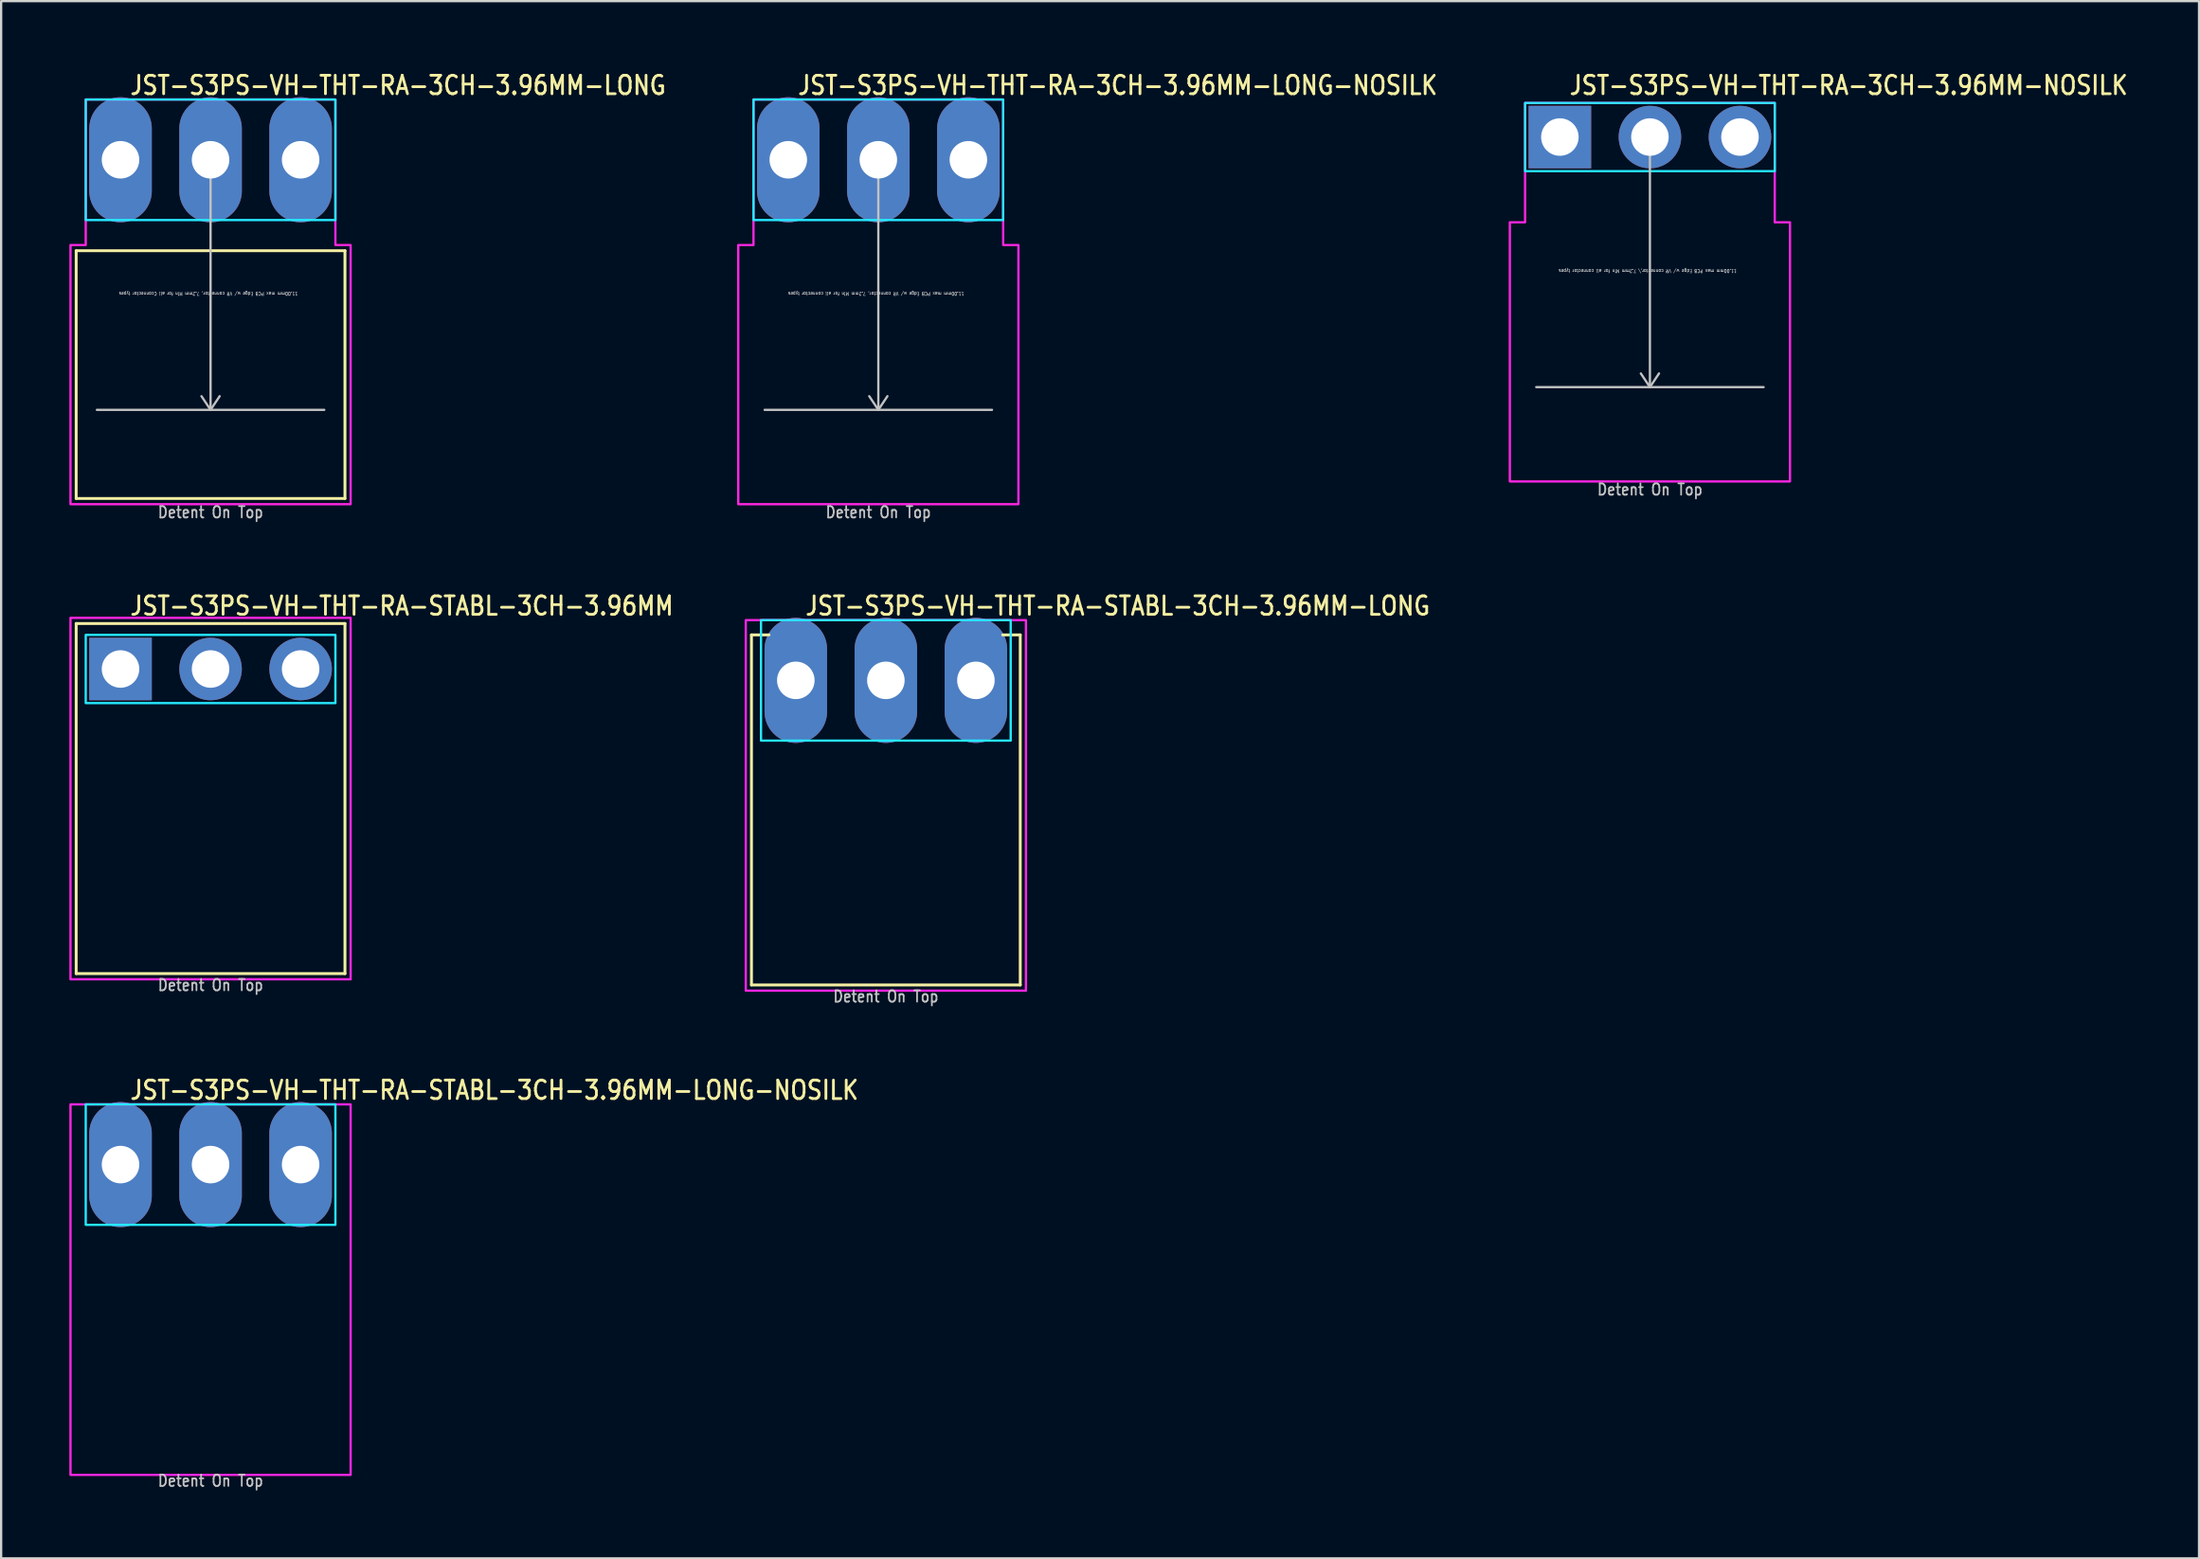
<source format=kicad_pcb>
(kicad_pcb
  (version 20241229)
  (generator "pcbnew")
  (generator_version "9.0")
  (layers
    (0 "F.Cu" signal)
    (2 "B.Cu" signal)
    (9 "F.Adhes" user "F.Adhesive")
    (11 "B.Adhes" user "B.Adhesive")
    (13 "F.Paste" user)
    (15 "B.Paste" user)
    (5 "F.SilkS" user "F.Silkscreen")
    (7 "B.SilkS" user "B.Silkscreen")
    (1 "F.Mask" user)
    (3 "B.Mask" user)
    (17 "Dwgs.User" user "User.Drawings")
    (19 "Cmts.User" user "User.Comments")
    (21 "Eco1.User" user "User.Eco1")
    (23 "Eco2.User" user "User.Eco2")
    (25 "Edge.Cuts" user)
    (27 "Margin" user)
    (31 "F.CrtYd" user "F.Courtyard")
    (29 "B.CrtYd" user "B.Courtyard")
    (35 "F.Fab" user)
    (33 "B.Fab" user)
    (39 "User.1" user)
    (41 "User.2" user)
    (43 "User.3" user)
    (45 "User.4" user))
  (footprint "JST-S3PS-VH-THT-RA-3CH-3.96MM-NOSILK"
    (layer "F.Cu")
    (at 69.508 2.979)
    (property "Reference" "JST-S3PS-VH-THT-RA-3CH-3.96MM-NOSILK" (at -3.6 -1.8 0) (unlocked yes) (layer "F.SilkS") (effects (font (size 0.813 0.695) (thickness 0.122)) (justify left bottom)))
    (fp_line (start -5 11) (end 5 11) (stroke (width 0.1) (type solid)) (layer "Dwgs.User"))
    (fp_line (start 0 0) (end -0.4 0.6) (stroke (width 0.1) (type solid)) (layer "Dwgs.User"))
    (fp_line (start 0 0) (end 0 11) (stroke (width 0.1) (type solid)) (layer "Dwgs.User"))
    (fp_line (start 0 0) (end 0.4 0.6) (stroke (width 0.1) (type solid)) (layer "Dwgs.User"))
    (fp_line (start 0 11) (end -0.4 10.4) (stroke (width 0.1) (type solid)) (layer "Dwgs.User"))
    (fp_line (start 0 11) (end 0.4 10.4) (stroke (width 0.1) (type solid)) (layer "Dwgs.User"))
    (fp_poly (pts (xy -5.49 -1.5) (xy -5.49 1.5) (xy 5.49 1.5) (xy 5.49 -1.5)) (stroke (width 0.1) (type solid)) (fill no) (layer "B.CrtYd"))
    (fp_poly (pts (xy -6.16 3.75) (xy -6.16 15.15) (xy 6.16 15.15) (xy 6.16 3.75) (xy 5.49 3.75) (xy 5.49 -1.5) (xy -5.49 -1.5) (xy -5.49 3.75)) (stroke (width 0.1) (type solid)) (fill no) (layer "F.CrtYd"))
    (fp_text user "11.00mm max PCB Edge w/ VR connector,\\ 7.2mm Min for all connector types" (at -0.1 5.8 180) (unlocked yes) (layer "Dwgs.User") (effects (font (size 0.15 0.128) (thickness 0.022)) (justify bottom)))
    (fp_text user "Detent On Top" (at 0 15.8 0) (unlocked yes) (layer "Dwgs.User") (effects (font (size 0.5 0.427) (thickness 0.075)) (justify bottom)))
    (pad "1" thru_hole rect (at -3.96 0) (size 2.75 2.75) (drill 1.65) (layers "*.Cu" "*.Mask"))
    (pad "2" thru_hole oval (at 0 0) (size 2.75 2.75) (drill 1.65) (layers "*.Cu" "*.Mask"))
    (pad "3" thru_hole oval (at 3.96 0) (size 2.75 2.75) (drill 1.65) (layers "*.Cu" "*.Mask")))
  (footprint "JST-S3PS-VH-THT-RA-3CH-3.96MM-LONG-NOSILK"
    (layer "F.Cu")
    (at 35.576 3.979)
    (property "Reference" "JST-S3PS-VH-THT-RA-3CH-3.96MM-LONG-NOSILK" (at -3.6 -2.8 0) (unlocked yes) (layer "F.SilkS") (effects (font (size 0.813 0.695) (thickness 0.122)) (justify left bottom)))
    (fp_line (start -5 11) (end 5 11) (stroke (width 0.1) (type solid)) (layer "Dwgs.User"))
    (fp_line (start 0 0) (end -0.4 0.6) (stroke (width 0.1) (type solid)) (layer "Dwgs.User"))
    (fp_line (start 0 0) (end 0 11) (stroke (width 0.1) (type solid)) (layer "Dwgs.User"))
    (fp_line (start 0 0) (end 0.4 0.6) (stroke (width 0.1) (type solid)) (layer "Dwgs.User"))
    (fp_line (start 0 11) (end -0.4 10.4) (stroke (width 0.1) (type solid)) (layer "Dwgs.User"))
    (fp_line (start 0 11) (end 0.4 10.4) (stroke (width 0.1) (type solid)) (layer "Dwgs.User"))
    (fp_poly (pts (xy -5.49 -2.65) (xy -5.49 2.65) (xy 5.49 2.65) (xy 5.49 -2.65)) (stroke (width 0.1) (type solid)) (fill no) (layer "B.CrtYd"))
    (fp_poly (pts (xy -6.16 3.75) (xy -6.16 15.15) (xy 6.16 15.15) (xy 6.16 3.75) (xy 5.49 3.75) (xy 5.49 -2.65) (xy -5.49 -2.65) (xy -5.49 3.75)) (stroke (width 0.1) (type solid)) (fill no) (layer "F.CrtYd"))
    (fp_text user "Detent On Top" (at 0 15.8 0) (unlocked yes) (layer "Dwgs.User") (effects (font (size 0.5 0.427) (thickness 0.075)) (justify bottom)))
    (fp_text user "11.00mm max PCB Edge w/ VR connector, 7.2mm Min for all connector types" (at -0.1 5.8 180) (unlocked yes) (layer "Dwgs.User") (effects (font (size 0.15 0.128) (thickness 0.022)) (justify bottom)))
    (pad "1" thru_hole oval (at -3.96 0 90) (size 5.5 2.75) (drill 1.65) (layers "*.Cu" "*.Mask"))
    (pad "2" thru_hole oval (at 0 0 90) (size 5.5 2.75) (drill 1.65) (layers "*.Cu" "*.Mask"))
    (pad "3" thru_hole oval (at 3.96 0 90) (size 5.5 2.75) (drill 1.65) (layers "*.Cu" "*.Mask")))
  (footprint "JST-S3PS-VH-THT-RA-STABL-3CH-3.96MM"
    (layer "F.Cu")
    (at 6.21 26.38)
    (property "Reference" "JST-S3PS-VH-THT-RA-STABL-3CH-3.96MM" (at -3.6 -2.3 0) (unlocked yes) (layer "F.SilkS") (effects (font (size 0.813 0.695) (thickness 0.122)) (justify left bottom)))
    (fp_line (start -5.91 -2) (end 5.91 -2) (stroke (width 0.127) (type solid)) (layer "F.SilkS"))
    (fp_line (start -5.91 13.4) (end -5.91 -2) (stroke (width 0.127) (type solid)) (layer "F.SilkS"))
    (fp_line (start -5.91 13.4) (end 5.91 13.4) (stroke (width 0.127) (type solid)) (layer "F.SilkS"))
    (fp_line (start 5.91 -2) (end 5.91 13.4) (stroke (width 0.127) (type solid)) (layer "F.SilkS"))
    (fp_poly (pts (xy -5.49 -1.5) (xy -5.49 1.5) (xy 5.49 1.5) (xy 5.49 -1.5)) (stroke (width 0.1) (type solid)) (fill no) (layer "B.CrtYd"))
    (fp_poly (pts (xy -6.16 13.65) (xy 6.16 13.65) (xy 6.16 -2.25) (xy -6.16 -2.25)) (stroke (width 0.1) (type solid)) (fill no) (layer "F.CrtYd"))
    (fp_text user "Detent On Top" (at 0 14.2 0) (unlocked yes) (layer "Dwgs.User") (effects (font (size 0.5 0.427) (thickness 0.075)) (justify bottom)))
    (pad "1" thru_hole rect (at -3.96 0) (size 2.75 2.75) (drill 1.65) (layers "*.Cu" "*.Mask"))
    (pad "2" thru_hole oval (at 0 0) (size 2.75 2.75) (drill 1.65) (layers "*.Cu" "*.Mask"))
    (pad "3" thru_hole oval (at 3.96 0) (size 2.75 2.75) (drill 1.65) (layers "*.Cu" "*.Mask")))
  (footprint "JST-S3PS-VH-THT-RA-STABL-3CH-3.96MM-LONG"
    (layer "F.Cu")
    (at 35.907 26.88)
    (property "Reference" "JST-S3PS-VH-THT-RA-STABL-3CH-3.96MM-LONG" (at -3.6 -2.8 0) (unlocked yes) (layer "F.SilkS") (effects (font (size 0.813 0.695) (thickness 0.122)) (justify left bottom)))
    (fp_line (start -5.91 -2) (end -5.14 -2) (stroke (width 0.127) (type solid)) (layer "F.SilkS"))
    (fp_line (start -5.91 13.4) (end -5.91 -2) (stroke (width 0.127) (type solid)) (layer "F.SilkS"))
    (fp_line (start -5.91 13.4) (end 5.91 13.4) (stroke (width 0.127) (type solid)) (layer "F.SilkS"))
    (fp_line (start 5.91 -2) (end 5.14 -2) (stroke (width 0.127) (type solid)) (layer "F.SilkS"))
    (fp_line (start 5.91 -2) (end 5.91 13.4) (stroke (width 0.127) (type solid)) (layer "F.SilkS"))
    (fp_poly (pts (xy -5.49 -2.65) (xy -5.49 2.65) (xy 5.49 2.65) (xy 5.49 -2.65)) (stroke (width 0.1) (type solid)) (fill no) (layer "B.CrtYd"))
    (fp_poly (pts (xy -6.16 -2.65) (xy -6.16 13.65) (xy 6.16 13.65) (xy 6.16 -2.65)) (stroke (width 0.1) (type solid)) (fill no) (layer "F.CrtYd"))
    (fp_text user "Detent On Top" (at 0 14.2 0) (unlocked yes) (layer "Dwgs.User") (effects (font (size 0.5 0.427) (thickness 0.075)) (justify bottom)))
    (pad "1" thru_hole oval (at -3.96 0 90) (size 5.5 2.75) (drill 1.65) (layers "*.Cu" "*.Mask"))
    (pad "2" thru_hole oval (at 0 0 90) (size 5.5 2.75) (drill 1.65) (layers "*.Cu" "*.Mask"))
    (pad "3" thru_hole oval (at 3.96 0 90) (size 5.5 2.75) (drill 1.65) (layers "*.Cu" "*.Mask")))
  (footprint "JST-S3PS-VH-THT-RA-STABL-3CH-3.96MM-LONG-NOSILK"
    (layer "F.Cu")
    (at 6.21 48.182)
    (property "Reference" "JST-S3PS-VH-THT-RA-STABL-3CH-3.96MM-LONG-NOSILK" (at -3.6 -2.8 0) (unlocked yes) (layer "F.SilkS") (effects (font (size 0.813 0.695) (thickness 0.122)) (justify left bottom)))
    (fp_poly (pts (xy -5.49 -2.65) (xy -5.49 2.65) (xy 5.49 2.65) (xy 5.49 -2.65)) (stroke (width 0.1) (type solid)) (fill no) (layer "B.CrtYd"))
    (fp_poly (pts (xy -6.16 -2.65) (xy -6.16 13.65) (xy 6.16 13.65) (xy 6.16 -2.65)) (stroke (width 0.1) (type solid)) (fill no) (layer "F.CrtYd"))
    (fp_text user "Detent On Top" (at 0 14.2 0) (unlocked yes) (layer "Dwgs.User") (effects (font (size 0.5 0.427) (thickness 0.075)) (justify bottom)))
    (pad "1" thru_hole oval (at -3.96 0 90) (size 5.5 2.75) (drill 1.65) (layers "*.Cu" "*.Mask"))
    (pad "2" thru_hole oval (at 0 0 90) (size 5.5 2.75) (drill 1.65) (layers "*.Cu" "*.Mask"))
    (pad "3" thru_hole oval (at 3.96 0 90) (size 5.5 2.75) (drill 1.65) (layers "*.Cu" "*.Mask")))
  (footprint "JST-S3PS-VH-THT-RA-3CH-3.96MM-LONG"
    (layer "F.Cu")
    (at 6.21 3.979)
    (property "Reference" "JST-S3PS-VH-THT-RA-3CH-3.96MM-LONG" (at -3.6 -2.8 0) (unlocked yes) (layer "F.SilkS") (effects (font (size 0.813 0.695) (thickness 0.122)) (justify left bottom)))
    (fp_line (start -5.91 4) (end 5.91 4) (stroke (width 0.127) (type solid)) (layer "F.SilkS"))
    (fp_line (start -5.91 14.9) (end -5.91 4) (stroke (width 0.127) (type solid)) (layer "F.SilkS"))
    (fp_line (start -5.91 14.9) (end 5.91 14.9) (stroke (width 0.127) (type solid)) (layer "F.SilkS"))
    (fp_line (start 5.91 4) (end 5.91 14.9) (stroke (width 0.127) (type solid)) (layer "F.SilkS"))
    (fp_line (start -5 11) (end 5 11) (stroke (width 0.1) (type solid)) (layer "Dwgs.User"))
    (fp_line (start 0 0) (end -0.4 0.6) (stroke (width 0.1) (type solid)) (layer "Dwgs.User"))
    (fp_line (start 0 0) (end 0 11) (stroke (width 0.1) (type solid)) (layer "Dwgs.User"))
    (fp_line (start 0 0) (end 0.4 0.6) (stroke (width 0.1) (type solid)) (layer "Dwgs.User"))
    (fp_line (start 0 11) (end -0.4 10.4) (stroke (width 0.1) (type solid)) (layer "Dwgs.User"))
    (fp_line (start 0 11) (end 0.4 10.4) (stroke (width 0.1) (type solid)) (layer "Dwgs.User"))
    (fp_poly (pts (xy -5.49 -2.65) (xy -5.49 2.65) (xy 5.49 2.65) (xy 5.49 -2.65)) (stroke (width 0.1) (type solid)) (fill no) (layer "B.CrtYd"))
    (fp_poly (pts (xy -6.16 3.75) (xy -6.16 15.15) (xy 6.16 15.15) (xy 6.16 3.75) (xy 5.49 3.75) (xy 5.49 -2.65) (xy -5.49 -2.65) (xy -5.49 3.75)) (stroke (width 0.1) (type solid)) (fill no) (layer "F.CrtYd"))
    (fp_text user "11.00mm max PCB Edge w/ VR connector, 7.2mm Min for all Cconnector types" (at -0.1 5.8 180) (unlocked yes) (layer "Dwgs.User") (effects (font (size 0.15 0.128) (thickness 0.022)) (justify bottom)))
    (fp_text user "Detent On Top" (at 0 15.8 0) (unlocked yes) (layer "Dwgs.User") (effects (font (size 0.5 0.427) (thickness 0.075)) (justify bottom)))
    (pad "1" thru_hole oval (at -3.96 0 90) (size 5.5 2.75) (drill 1.65) (layers "*.Cu" "*.Mask"))
    (pad "2" thru_hole oval (at 0 0 90) (size 5.5 2.75) (drill 1.65) (layers "*.Cu" "*.Mask"))
    (pad "3" thru_hole oval (at 3.96 0 90) (size 5.5 2.75) (drill 1.65) (layers "*.Cu" "*.Mask")))
  (gr_rect
    (start -3 -3)
    (end 93.656 65.505)
    (stroke (width 0.1) (type default))
    (fill no)
    (layer "Edge.Cuts")))
</source>
